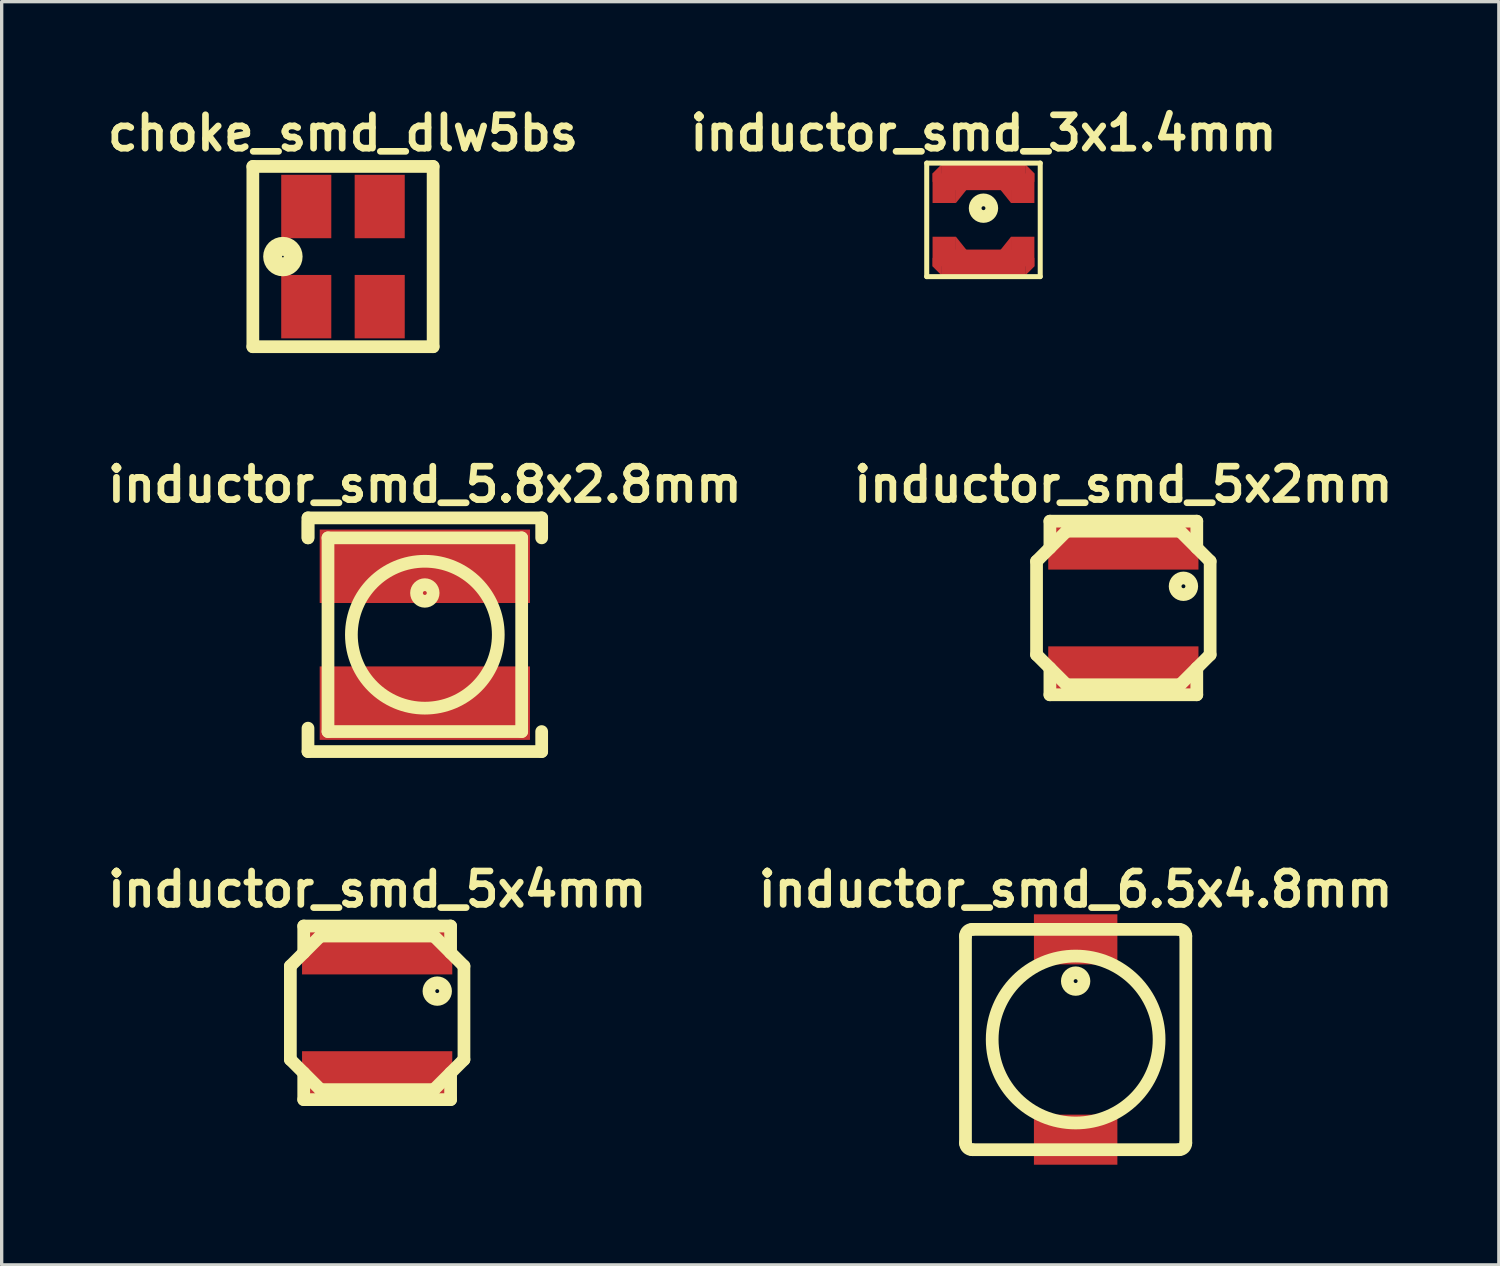
<source format=kicad_pcb>
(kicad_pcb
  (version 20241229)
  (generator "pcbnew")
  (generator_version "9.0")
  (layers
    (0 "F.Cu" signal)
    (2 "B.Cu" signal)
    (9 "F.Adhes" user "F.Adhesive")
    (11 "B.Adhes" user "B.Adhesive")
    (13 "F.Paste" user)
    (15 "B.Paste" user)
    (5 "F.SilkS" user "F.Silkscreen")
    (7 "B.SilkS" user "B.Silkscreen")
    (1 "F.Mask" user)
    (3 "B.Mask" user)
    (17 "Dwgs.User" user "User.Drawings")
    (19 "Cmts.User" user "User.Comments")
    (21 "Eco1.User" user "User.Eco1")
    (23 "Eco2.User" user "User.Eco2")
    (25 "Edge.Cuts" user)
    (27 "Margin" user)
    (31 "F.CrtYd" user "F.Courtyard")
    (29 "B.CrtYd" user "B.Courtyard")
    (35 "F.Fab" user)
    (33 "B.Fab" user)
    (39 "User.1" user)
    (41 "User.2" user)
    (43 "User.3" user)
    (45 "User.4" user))
  (footprint "inductor_smd_5x2mm"
    (layer "F.Cu")
    (at 30.6 15.162)
    (property "Reference" "inductor_smd_5x2mm" (at 0 -3.7 0) (layer "F.SilkS") (effects (font (size 1 1) (thickness 0.2))))
    (attr through_hole)
    (fp_line (start -2.6 1.4) (end -2.6 -1.4) (stroke (width 0.381) (type solid)) (layer "F.SilkS"))
    (fp_line (start -2.2 -2.6) (end 2.2 -2.6) (stroke (width 0.381) (type solid)) (layer "F.SilkS"))
    (fp_line (start -2.2 -1.8) (end -2.2 -2.6) (stroke (width 0.381) (type solid)) (layer "F.SilkS"))
    (fp_line (start -2.2 1.8) (end -2.2 2.6) (stroke (width 0.381) (type solid)) (layer "F.SilkS"))
    (fp_line (start -2.2 2.6) (end 2.2 2.6) (stroke (width 0.381) (type solid)) (layer "F.SilkS"))
    (fp_line (start -1.7 -2.3) (end -2.6 -1.4) (stroke (width 0.381) (type solid)) (layer "F.SilkS"))
    (fp_line (start -1.7 -2.3) (end 1.7 -2.3) (stroke (width 0.381) (type solid)) (layer "F.SilkS"))
    (fp_line (start -1.7 2.3) (end -2.6 1.4) (stroke (width 0.381) (type solid)) (layer "F.SilkS"))
    (fp_line (start 1.7 -2.3) (end 2.6 -1.4) (stroke (width 0.381) (type solid)) (layer "F.SilkS"))
    (fp_line (start 1.7 2.3) (end -1.7 2.3) (stroke (width 0.381) (type solid)) (layer "F.SilkS"))
    (fp_line (start 1.7 2.3) (end 2.6 1.4) (stroke (width 0.381) (type solid)) (layer "F.SilkS"))
    (fp_line (start 2.2 -2.6) (end 2.2 -1.8) (stroke (width 0.381) (type solid)) (layer "F.SilkS"))
    (fp_line (start 2.2 2.6) (end 2.2 1.8) (stroke (width 0.381) (type solid)) (layer "F.SilkS"))
    (fp_line (start 2.6 1.4) (end 2.6 -1.4) (stroke (width 0.381) (type solid)) (layer "F.SilkS"))
    (fp_circle (center 1.8 -0.65) (end 1.8 -0.401) (stroke (width 0.381) (type solid)) (fill no) (layer "F.SilkS"))
    (pad "1" smd rect (at 0 -1.95) (size 4.5 1.6) (layers "F.Cu" "F.Mask" "F.Paste"))
    (pad "2" smd rect (at 0 1.95) (size 4.5 1.6) (layers "F.Cu" "F.Mask" "F.Paste")))
  (footprint "inductor_smd_5.8x2.8mm"
    (layer "F.Cu")
    (at 9.676 15.963)
    (property "Reference" "inductor_smd_5.8x2.8mm" (at 0 -4.5 0) (layer "F.SilkS") (effects (font (size 1 1) (thickness 0.2))))
    (attr through_hole)
    (fp_line (start -3.5 -3.5) (end 3.5 -3.5) (stroke (width 0.381) (type solid)) (layer "F.SilkS"))
    (fp_line (start -3.5 -2.901) (end -3.5 -3.5) (stroke (width 0.381) (type solid)) (layer "F.SilkS"))
    (fp_line (start -3.5 -2.901) (end -3.5 -3.401) (stroke (width 0.381) (type solid)) (layer "F.SilkS"))
    (fp_line (start -3.5 2.799) (end -3.5 3.5) (stroke (width 0.381) (type solid)) (layer "F.SilkS"))
    (fp_line (start -3.5 3.5) (end 3.5 3.5) (stroke (width 0.381) (type solid)) (layer "F.SilkS"))
    (fp_line (start -2.901 -2.901) (end 2.901 -2.901) (stroke (width 0.381) (type solid)) (layer "F.SilkS"))
    (fp_line (start -2.901 2.901) (end -2.901 -2.901) (stroke (width 0.381) (type solid)) (layer "F.SilkS"))
    (fp_line (start 2.901 -2.901) (end 2.901 2.901) (stroke (width 0.381) (type solid)) (layer "F.SilkS"))
    (fp_line (start 2.901 2.901) (end -2.901 2.901) (stroke (width 0.381) (type solid)) (layer "F.SilkS"))
    (fp_line (start 3.5 -3.5) (end 3.5 -2.901) (stroke (width 0.381) (type solid)) (layer "F.SilkS"))
    (fp_line (start 3.5 3.5) (end 3.5 2.901) (stroke (width 0.381) (type solid)) (layer "F.SilkS"))
    (fp_circle (center 0 -1.25) (end 0 -1.001) (stroke (width 0.381) (type solid)) (fill no) (layer "F.SilkS"))
    (fp_circle (center 0 0) (end 2.2 0) (stroke (width 0.381) (type solid)) (fill no) (layer "F.SilkS"))
    (pad "1" smd rect (at 0 -2.05) (size 6.299 2.2) (layers "F.Cu" "F.Mask" "F.Paste"))
    (pad "2" smd rect (at 0 2.05) (size 6.299 2.2) (layers "F.Cu" "F.Mask" "F.Paste")))
  (footprint "choke_smd_dlw5bs"
    (layer "F.Cu")
    (at 7.224 4.636)
    (property "Reference" "choke_smd_dlw5bs" (at 0 -3.7 0) (layer "F.SilkS") (effects (font (size 1 1) (thickness 0.2))))
    (attr through_hole)
    (fp_line (start -2.7 2.7) (end -2.7 -2.7) (stroke (width 0.381) (type solid)) (layer "F.SilkS"))
    (fp_line (start -2.7 2.7) (end 2.7 2.7) (stroke (width 0.381) (type solid)) (layer "F.SilkS"))
    (fp_line (start 2.7 -2.7) (end -2.7 -2.7) (stroke (width 0.381) (type solid)) (layer "F.SilkS"))
    (fp_line (start 2.7 2.7) (end 2.7 -2.7) (stroke (width 0.381) (type solid)) (layer "F.SilkS"))
    (fp_circle (center -1.8 0) (end -2.2 0) (stroke (width 0.381) (type solid)) (fill no) (layer "F.SilkS"))
    (fp_circle (center -1.8 0) (end -1.7 0) (stroke (width 0.15) (type solid)) (fill no) (layer "F.SilkS"))
    (fp_circle (center -1.8 0) (end -1.6 0) (stroke (width 0.15) (type solid)) (fill no) (layer "F.SilkS"))
    (pad "1" smd rect (at -1.1 1.5) (size 1.5 1.9) (layers "F.Cu" "F.Mask" "F.Paste"))
    (pad "2" smd rect (at 1.1 1.5) (size 1.5 1.9) (layers "F.Cu" "F.Mask" "F.Paste"))
    (pad "3" smd rect (at 1.1 -1.5) (size 1.5 1.9) (layers "F.Cu" "F.Mask" "F.Paste"))
    (pad "4" smd rect (at -1.1 -1.5) (size 1.5 1.9) (layers "F.Cu" "F.Mask" "F.Paste")))
  (footprint "inductor_smd_3x1.4mm"
    (layer "F.Cu")
    (at 26.41 3.536)
    (property "Reference" "inductor_smd_3x1.4mm" (at 0 -2.6 0) (layer "F.SilkS") (effects (font (size 1 1) (thickness 0.2))))
    (attr through_hole)
    (fp_line (start -1.7 -1.7) (end 1.7 -1.7) (stroke (width 0.15) (type solid)) (layer "F.SilkS"))
    (fp_line (start -1.7 1.7) (end -1.7 -1.7) (stroke (width 0.15) (type solid)) (layer "F.SilkS"))
    (fp_line (start 1.7 -1.7) (end 1.7 1.7) (stroke (width 0.15) (type solid)) (layer "F.SilkS"))
    (fp_line (start 1.7 1.7) (end -1.7 1.7) (stroke (width 0.15) (type solid)) (layer "F.SilkS"))
    (fp_circle (center 0 -0.35) (end 0 -0.101) (stroke (width 0.381) (type solid)) (fill no) (layer "F.SilkS"))
    (pad "1" smd trapezoid (at -1.397 -1.27 180) (size 0.255 0.505) (rect_delta 0.255 0) (layers "F.Cu" "F.Mask" "F.Paste"))
    (pad "1" smd rect (at -1.175 -0.948) (size 0.7 0.885) (layers "F.Cu" "F.Mask" "F.Paste"))
    (pad "1" smd trapezoid (at -0.625 -1.055) (size 0.4 0.6) (rect_delta 0.5 0) (layers "F.Cu" "F.Mask" "F.Paste"))
    (pad "1" smd rect (at 0 -1.27) (size 2.54 0.76) (layers "F.Cu" "F.Mask" "F.Paste"))
    (pad "1" smd trapezoid (at 0.625 -1.055 180) (size 0.4 0.6) (rect_delta 0.5 0) (layers "F.Cu" "F.Mask" "F.Paste"))
    (pad "1" smd rect (at 1.175 -0.948) (size 0.7 0.885) (layers "F.Cu" "F.Mask" "F.Paste"))
    (pad "1" smd trapezoid (at 1.397 -1.27) (size 0.255 0.505) (rect_delta 0.255 0) (layers "F.Cu" "F.Mask" "F.Paste"))
    (pad "2" smd trapezoid (at -1.397 1.27 180) (size 0.255 0.505) (rect_delta 0.255 0) (layers "F.Cu" "F.Mask" "F.Paste"))
    (pad "2" smd rect (at -1.175 0.948) (size 0.7 0.885) (layers "F.Cu" "F.Mask" "F.Paste"))
    (pad "2" smd trapezoid (at -0.625 1.055) (size 0.4 0.6) (rect_delta 0.5 0) (layers "F.Cu" "F.Mask" "F.Paste"))
    (pad "2" smd rect (at 0 1.27) (size 2.54 0.76) (layers "F.Cu" "F.Mask" "F.Paste"))
    (pad "2" smd trapezoid (at 0.625 1.055 180) (size 0.4 0.6) (rect_delta 0.5 0) (layers "F.Cu" "F.Mask" "F.Paste"))
    (pad "2" smd rect (at 1.175 0.948) (size 0.7 0.885) (layers "F.Cu" "F.Mask" "F.Paste"))
    (pad "2" smd trapezoid (at 1.397 1.27) (size 0.255 0.505) (rect_delta 0.255 0) (layers "F.Cu" "F.Mask" "F.Paste")))
  (footprint "inductor_smd_6.5x4.8mm"
    (layer "F.Cu")
    (at 29.171 28.089)
    (property "Reference" "inductor_smd_6.5x4.8mm" (at 0 -4.5 0) (layer "F.SilkS") (effects (font (size 1 1) (thickness 0.2))))
    (attr through_hole)
    (fp_line (start -3.3 3.1) (end -3.3 -3.1) (stroke (width 0.381) (type solid)) (layer "F.SilkS"))
    (fp_line (start -3.1 -3.3) (end 3.1 -3.3) (stroke (width 0.381) (type solid)) (layer "F.SilkS"))
    (fp_line (start 3.1 3.3) (end -3.1 3.3) (stroke (width 0.381) (type solid)) (layer "F.SilkS"))
    (fp_line (start 3.3 -3.1) (end 3.3 3.1) (stroke (width 0.381) (type solid)) (layer "F.SilkS"))
    (fp_arc (start -3.3 -3.1) (mid -3.241421 -3.241421) (end -3.1 -3.3) (stroke (width 0.381) (type solid)) (layer "F.SilkS"))
    (fp_arc (start -3.1 3.3) (mid -3.241421 3.241421) (end -3.3 3.1) (stroke (width 0.381) (type solid)) (layer "F.SilkS"))
    (fp_arc (start 3.1 -3.3) (mid 3.241421 -3.241421) (end 3.3 -3.1) (stroke (width 0.381) (type solid)) (layer "F.SilkS"))
    (fp_arc (start 3.3 3.1) (mid 3.241421 3.241421) (end 3.1 3.3) (stroke (width 0.381) (type solid)) (layer "F.SilkS"))
    (fp_circle (center 0 -1.75) (end 0 -1.501) (stroke (width 0.381) (type solid)) (fill no) (layer "F.SilkS"))
    (fp_circle (center 0 0) (end 2.5 0) (stroke (width 0.381) (type solid)) (fill no) (layer "F.SilkS"))
    (pad "1" smd rect (at 0 -3) (size 2.5 1.5) (layers "F.Cu" "F.Mask" "F.Paste"))
    (pad "2" smd rect (at 0 3) (size 2.5 1.5) (layers "F.Cu" "F.Mask" "F.Paste")))
  (footprint "inductor_smd_5x4mm"
    (layer "F.Cu")
    (at 8.248 27.289)
    (property "Reference" "inductor_smd_5x4mm" (at 0 -3.7 0) (layer "F.SilkS") (effects (font (size 1 1) (thickness 0.2))))
    (attr through_hole)
    (fp_line (start -2.6 1.4) (end -2.6 -1.4) (stroke (width 0.381) (type solid)) (layer "F.SilkS"))
    (fp_line (start -2.2 -2.6) (end 2.2 -2.6) (stroke (width 0.381) (type solid)) (layer "F.SilkS"))
    (fp_line (start -2.2 -1.8) (end -2.2 -2.6) (stroke (width 0.381) (type solid)) (layer "F.SilkS"))
    (fp_line (start -2.2 1.8) (end -2.2 2.6) (stroke (width 0.381) (type solid)) (layer "F.SilkS"))
    (fp_line (start -2.2 2.6) (end 2.2 2.6) (stroke (width 0.381) (type solid)) (layer "F.SilkS"))
    (fp_line (start -1.7 -2.3) (end -2.6 -1.4) (stroke (width 0.381) (type solid)) (layer "F.SilkS"))
    (fp_line (start -1.7 -2.3) (end 1.7 -2.3) (stroke (width 0.381) (type solid)) (layer "F.SilkS"))
    (fp_line (start -1.7 2.3) (end -2.6 1.4) (stroke (width 0.381) (type solid)) (layer "F.SilkS"))
    (fp_line (start 1.7 -2.3) (end 2.6 -1.4) (stroke (width 0.381) (type solid)) (layer "F.SilkS"))
    (fp_line (start 1.7 2.3) (end -1.7 2.3) (stroke (width 0.381) (type solid)) (layer "F.SilkS"))
    (fp_line (start 1.7 2.3) (end 2.6 1.4) (stroke (width 0.381) (type solid)) (layer "F.SilkS"))
    (fp_line (start 2.2 -2.6) (end 2.2 -1.8) (stroke (width 0.381) (type solid)) (layer "F.SilkS"))
    (fp_line (start 2.2 2.6) (end 2.2 1.8) (stroke (width 0.381) (type solid)) (layer "F.SilkS"))
    (fp_line (start 2.6 1.4) (end 2.6 -1.4) (stroke (width 0.381) (type solid)) (layer "F.SilkS"))
    (fp_circle (center 1.8 -0.65) (end 1.8 -0.401) (stroke (width 0.381) (type solid)) (fill no) (layer "F.SilkS"))
    (pad "1" smd rect (at 0 -1.95) (size 4.5 1.6) (layers "F.Cu" "F.Mask" "F.Paste"))
    (pad "2" smd rect (at 0 1.95) (size 4.5 1.6) (layers "F.Cu" "F.Mask" "F.Paste")))
  (gr_rect
    (start -3 -3)
    (end 41.848 34.839)
    (stroke (width 0.1) (type default))
    (fill no)
    (layer "Edge.Cuts")))
</source>
